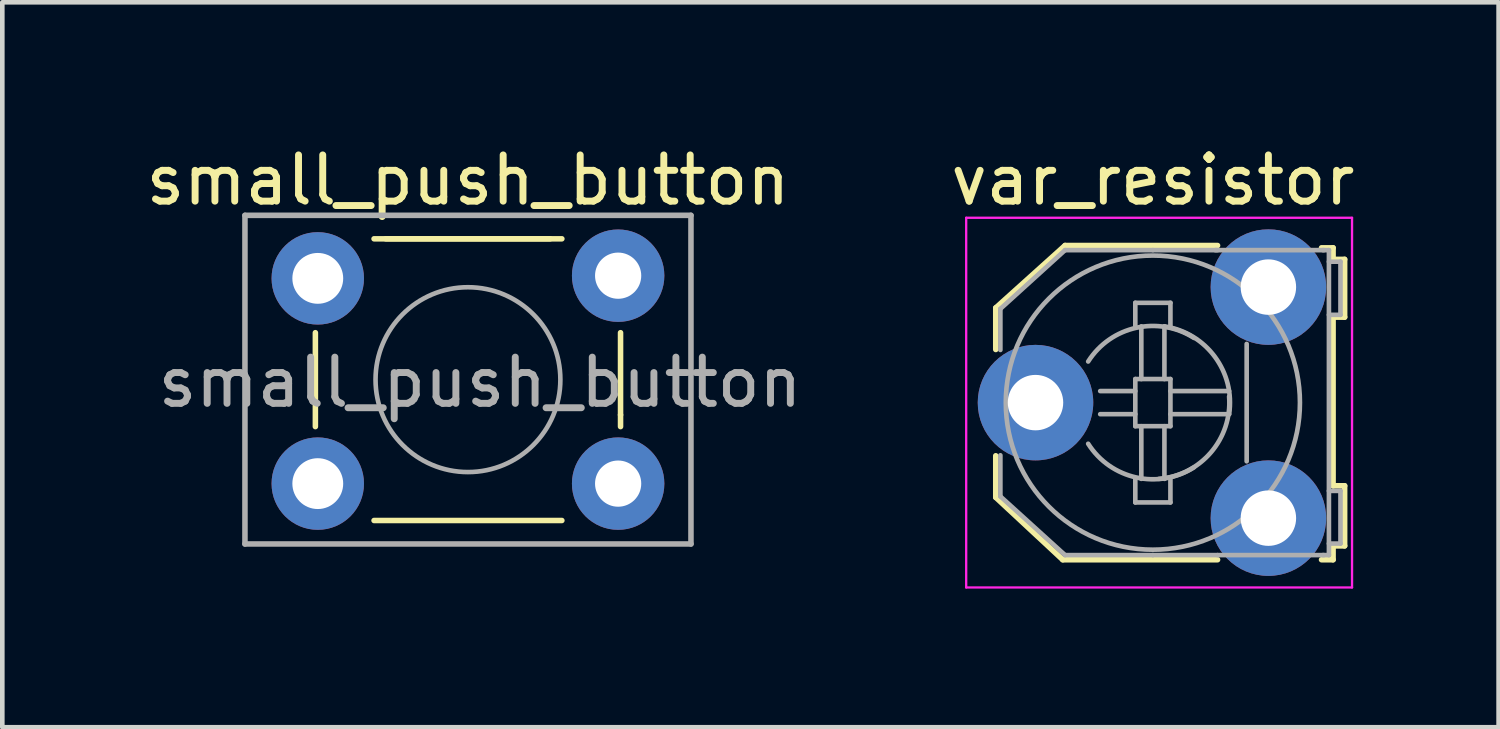
<source format=kicad_pcb>
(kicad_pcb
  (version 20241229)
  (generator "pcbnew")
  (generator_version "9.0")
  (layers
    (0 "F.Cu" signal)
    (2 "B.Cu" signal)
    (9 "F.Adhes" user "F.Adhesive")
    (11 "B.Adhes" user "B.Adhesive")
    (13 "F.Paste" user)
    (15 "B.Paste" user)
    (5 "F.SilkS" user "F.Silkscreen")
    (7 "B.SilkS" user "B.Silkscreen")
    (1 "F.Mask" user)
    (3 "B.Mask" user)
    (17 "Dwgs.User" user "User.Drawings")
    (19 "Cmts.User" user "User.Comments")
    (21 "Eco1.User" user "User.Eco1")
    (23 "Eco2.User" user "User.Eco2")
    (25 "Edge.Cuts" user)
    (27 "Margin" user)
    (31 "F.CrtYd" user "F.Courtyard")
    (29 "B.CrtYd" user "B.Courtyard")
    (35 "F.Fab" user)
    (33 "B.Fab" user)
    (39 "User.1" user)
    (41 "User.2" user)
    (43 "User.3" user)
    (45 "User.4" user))
  (footprint "small_push_button"
    (layer "F.Cu")
    (at 7.077 5.166)
    (property "Reference" "small_push_button" (at 0 -4.318 0) (layer "F.SilkS") (effects (font (size 1 1) (thickness 0.15))))
    (attr through_hole)
    (fp_line (start -3.302 1.016) (end -3.302 -1.016) (stroke (width 0.12) (type solid)) (layer "F.SilkS"))
    (fp_line (start -1.778 -3.048) (end 1.778 -3.048) (stroke (width 0.12) (type solid)) (layer "F.SilkS"))
    (fp_line (start 2.032 -3.048) (end -2.032 -3.048) (stroke (width 0.12) (type solid)) (layer "F.SilkS"))
    (fp_line (start 2.032 3.048) (end -2.032 3.048) (stroke (width 0.12) (type solid)) (layer "F.SilkS"))
    (fp_line (start 3.302 -1.016) (end 3.302 0.762) (stroke (width 0.12) (type solid)) (layer "F.SilkS"))
    (fp_line (start 3.302 1.016) (end 3.302 0.762) (stroke (width 0.12) (type solid)) (layer "F.SilkS"))
    (fp_line (start -4.826 -3.556) (end -4.826 3.556) (stroke (width 0.12) (type solid)) (layer "F.Fab"))
    (fp_line (start -4.826 3.556) (end 4.826 3.556) (stroke (width 0.12) (type solid)) (layer "F.Fab"))
    (fp_line (start 4.826 -3.556) (end -4.826 -3.556) (stroke (width 0.12) (type solid)) (layer "F.Fab"))
    (fp_line (start 4.826 3.556) (end 4.826 -3.556) (stroke (width 0.12) (type solid)) (layer "F.Fab"))
    (fp_circle (center 0 0) (end 2 0) (stroke (width 0.1) (type solid)) (fill no) (layer "F.Fab"))
    (fp_text user "${REFERENCE}" (at 0.262 0.058 0) (layer "F.Fab") (effects (font (size 1 1) (thickness 0.15))))
    (pad "1" thru_hole circle (at -3.25 -2.192 90) (size 2 2) (drill 1.1) (layers "*.Cu" "*.Mask"))
    (pad "2" thru_hole circle (at 3.25 -2.25 90) (size 2 2) (drill 1) (layers "*.Cu" "*.Mask"))
    (pad "3" thru_hole circle (at -3.25 2.25 90) (size 2 2) (drill 1.1) (layers "*.Cu" "*.Mask"))
    (pad "4" thru_hole circle (at 3.25 2.25 90) (size 2 2) (drill 1) (layers "*.Cu" "*.Mask")))
  (footprint "var_resistor"
    (layer "F.Cu")
    (at 21.859 5.928)
    (property "Reference" "var_resistor" (at 0.04 -5.08 180) (layer "F.SilkS") (effects (font (size 1 1) (thickness 0.15))))
    (attr through_hole)
    (fp_line (start -3.36 -2.315) (end -1.86 -3.665) (stroke (width 0.12) (type solid)) (layer "F.SilkS"))
    (fp_line (start -3.36 -1.415) (end -3.36 -2.315) (stroke (width 0.12) (type solid)) (layer "F.SilkS"))
    (fp_line (start -3.36 1.785) (end -3.36 0.885) (stroke (width 0.12) (type solid)) (layer "F.SilkS"))
    (fp_line (start -1.91 3.135) (end -3.36 1.785) (stroke (width 0.12) (type solid)) (layer "F.SilkS"))
    (fp_line (start -1.86 -3.665) (end 1.44 -3.665) (stroke (width 0.12) (type solid)) (layer "F.SilkS"))
    (fp_line (start 1.44 3.135) (end -1.91 3.135) (stroke (width 0.12) (type solid)) (layer "F.SilkS"))
    (fp_line (start 3.69 -3.615) (end 3.94 -3.615) (stroke (width 0.12) (type solid)) (layer "F.SilkS"))
    (fp_line (start 3.94 -3.615) (end 3.94 -3.365) (stroke (width 0.12) (type solid)) (layer "F.SilkS"))
    (fp_line (start 3.94 -3.365) (end 4.19 -3.365) (stroke (width 0.12) (type solid)) (layer "F.SilkS"))
    (fp_line (start 3.94 -2.115) (end 3.94 1.535) (stroke (width 0.12) (type solid)) (layer "F.SilkS"))
    (fp_line (start 3.94 1.535) (end 4.19 1.535) (stroke (width 0.12) (type solid)) (layer "F.SilkS"))
    (fp_line (start 3.94 2.835) (end 3.94 3.135) (stroke (width 0.12) (type solid)) (layer "F.SilkS"))
    (fp_line (start 3.94 3.135) (end 3.69 3.135) (stroke (width 0.12) (type solid)) (layer "F.SilkS"))
    (fp_line (start 4.19 -3.365) (end 4.19 -2.115) (stroke (width 0.12) (type solid)) (layer "F.SilkS"))
    (fp_line (start 4.19 -2.115) (end 3.94 -2.115) (stroke (width 0.12) (type solid)) (layer "F.SilkS"))
    (fp_line (start 4.19 1.535) (end 4.19 2.835) (stroke (width 0.12) (type solid)) (layer "F.SilkS"))
    (fp_line (start 4.19 2.835) (end 3.94 2.835) (stroke (width 0.12) (type solid)) (layer "F.SilkS"))
    (fp_line (start -4 3.735) (end -4 -4.265) (stroke (width 0.05) (type solid)) (layer "F.CrtYd"))
    (fp_line (start -4 3.735) (end 4.35 3.735) (stroke (width 0.05) (type solid)) (layer "F.CrtYd"))
    (fp_line (start 4.35 -4.265) (end -4 -4.265) (stroke (width 0.05) (type solid)) (layer "F.CrtYd"))
    (fp_line (start 4.35 -4.265) (end 4.35 3.735) (stroke (width 0.05) (type solid)) (layer "F.CrtYd"))
    (fp_line (start -3.26 -2.295) (end -3.26 -1.405) (stroke (width 0.1) (type solid)) (layer "F.Fab"))
    (fp_line (start -3.26 -2.295) (end -1.86 -3.565) (stroke (width 0.1) (type solid)) (layer "F.Fab"))
    (fp_line (start -3.26 0.875) (end -3.26 1.765) (stroke (width 0.1) (type solid)) (layer "F.Fab"))
    (fp_line (start -3.26 1.765) (end -1.86 3.035) (stroke (width 0.1) (type solid)) (layer "F.Fab"))
    (fp_line (start -1.86 -3.565) (end 0.04 -3.565) (stroke (width 0.1) (type solid)) (layer "F.Fab"))
    (fp_line (start -1.86 3.035) (end 0.04 3.035) (stroke (width 0.1) (type solid)) (layer "F.Fab"))
    (fp_line (start -0.34 -2.425) (end 0.42 -2.425) (stroke (width 0.1) (type solid)) (layer "F.Fab"))
    (fp_line (start -0.34 -1.915) (end -0.34 -2.425) (stroke (width 0.1) (type solid)) (layer "F.Fab"))
    (fp_line (start -0.34 -0.775) (end -0.34 0.245) (stroke (width 0.1) (type solid)) (layer "F.Fab"))
    (fp_line (start -0.34 -0.515) (end -1.1 -0.515) (stroke (width 0.1) (type solid)) (layer "F.Fab"))
    (fp_line (start -0.34 -0.015) (end -1.1 -0.015) (stroke (width 0.1) (type solid)) (layer "F.Fab"))
    (fp_line (start -0.34 0.245) (end 0.42 0.245) (stroke (width 0.1) (type solid)) (layer "F.Fab"))
    (fp_line (start -0.34 1.385) (end -0.34 1.895) (stroke (width 0.1) (type solid)) (layer "F.Fab"))
    (fp_line (start -0.34 1.895) (end 0.42 1.895) (stroke (width 0.1) (type solid)) (layer "F.Fab"))
    (fp_line (start -0.21 -0.775) (end -0.21 -1.915) (stroke (width 0.1) (type solid)) (layer "F.Fab"))
    (fp_line (start -0.21 0.245) (end -0.21 1.385) (stroke (width 0.1) (type solid)) (layer "F.Fab"))
    (fp_line (start 0.04 -3.565) (end 1.44 -3.565) (stroke (width 0.1) (type solid)) (layer "F.Fab"))
    (fp_line (start 0.04 3.035) (end 1.44 3.035) (stroke (width 0.1) (type solid)) (layer "F.Fab"))
    (fp_line (start 0.29 -0.775) (end 0.29 -1.915) (stroke (width 0.1) (type solid)) (layer "F.Fab"))
    (fp_line (start 0.29 0.245) (end 0.29 1.385) (stroke (width 0.1) (type solid)) (layer "F.Fab"))
    (fp_line (start 0.42 -2.425) (end 0.42 -1.915) (stroke (width 0.1) (type solid)) (layer "F.Fab"))
    (fp_line (start 0.42 -0.775) (end -0.34 -0.775) (stroke (width 0.1) (type solid)) (layer "F.Fab"))
    (fp_line (start 0.42 -0.515) (end 1.69 -0.515) (stroke (width 0.1) (type solid)) (layer "F.Fab"))
    (fp_line (start 0.42 -0.015) (end 1.69 -0.015) (stroke (width 0.1) (type solid)) (layer "F.Fab"))
    (fp_line (start 0.42 0.245) (end 0.42 -0.775) (stroke (width 0.1) (type solid)) (layer "F.Fab"))
    (fp_line (start 0.42 1.895) (end 0.42 1.385) (stroke (width 0.1) (type solid)) (layer "F.Fab"))
    (fp_line (start 1.44 3.035) (end 3.74 3.035) (stroke (width 0.1) (type solid)) (layer "F.Fab"))
    (fp_line (start 2.07 1.005) (end 2.07 -1.535) (stroke (width 0.1) (type solid)) (layer "F.Fab"))
    (fp_line (start 3.74 -3.565) (end 1.39 -3.565) (stroke (width 0.1) (type solid)) (layer "F.Fab"))
    (fp_line (start 3.85 -3.565) (end 3.72 -3.565) (stroke (width 0.1) (type solid)) (layer "F.Fab"))
    (fp_line (start 3.85 -3.315) (end 4.1 -3.315) (stroke (width 0.1) (type solid)) (layer "F.Fab"))
    (fp_line (start 3.85 2.785) (end 4.1 2.785) (stroke (width 0.1) (type solid)) (layer "F.Fab"))
    (fp_line (start 3.85 3.035) (end 3.72 3.035) (stroke (width 0.1) (type solid)) (layer "F.Fab"))
    (fp_line (start 3.85 3.035) (end 3.85 -3.565) (stroke (width 0.1) (type solid)) (layer "F.Fab"))
    (fp_line (start 4.1 -3.315) (end 4.1 -2.165) (stroke (width 0.1) (type solid)) (layer "F.Fab"))
    (fp_line (start 4.1 -2.165) (end 3.85 -2.165) (stroke (width 0.1) (type solid)) (layer "F.Fab"))
    (fp_line (start 4.1 1.645) (end 3.85 1.645) (stroke (width 0.1) (type solid)) (layer "F.Fab"))
    (fp_line (start 4.1 2.785) (end 4.1 1.645) (stroke (width 0.1) (type solid)) (layer "F.Fab"))
    (fp_arc (start -1.36 -1.1548) (mid -0.320624 -1.884075) (end 0.93 -1.6648) (stroke (width 0.1) (type solid)) (layer "F.Fab"))
    (fp_arc (start 0.29 -1.9148) (mid 1.383503 -1.254749) (end 1.69 -0.0148) (stroke (width 0.1) (type solid)) (layer "F.Fab"))
    (fp_arc (start 0.93 1.1352) (mid -0.320624 1.354475) (end -1.36 0.6252) (stroke (width 0.1) (type solid)) (layer "F.Fab"))
    (fp_arc (start 1.69 -0.3948) (mid 1.29865 0.810002) (end 0.17 1.3852) (stroke (width 0.1) (type solid)) (layer "F.Fab"))
    (fp_circle (center 0.04 -0.265) (end 2.34 -2.465) (stroke (width 0.1) (type solid)) (fill no) (layer "F.Fab"))
    (pad "1" thru_hole circle (at 2.54 2.235 90) (size 2.5 2.5) (drill 1.2) (layers "*.Cu" "*.Mask"))
    (pad "2" thru_hole circle (at -2.5 -0.265 90) (size 2.5 2.5) (drill 1.2) (layers "*.Cu" "*.Mask"))
    (pad "3" thru_hole circle (at 2.54 -2.765 90) (size 2.5 2.5) (drill 1.2) (layers "*.Cu" "*.Mask")))
  (gr_rect
    (start -3 -3)
    (end 29.381 12.688)
    (stroke (width 0.1) (type default))
    (fill no)
    (layer "Edge.Cuts")))
</source>
